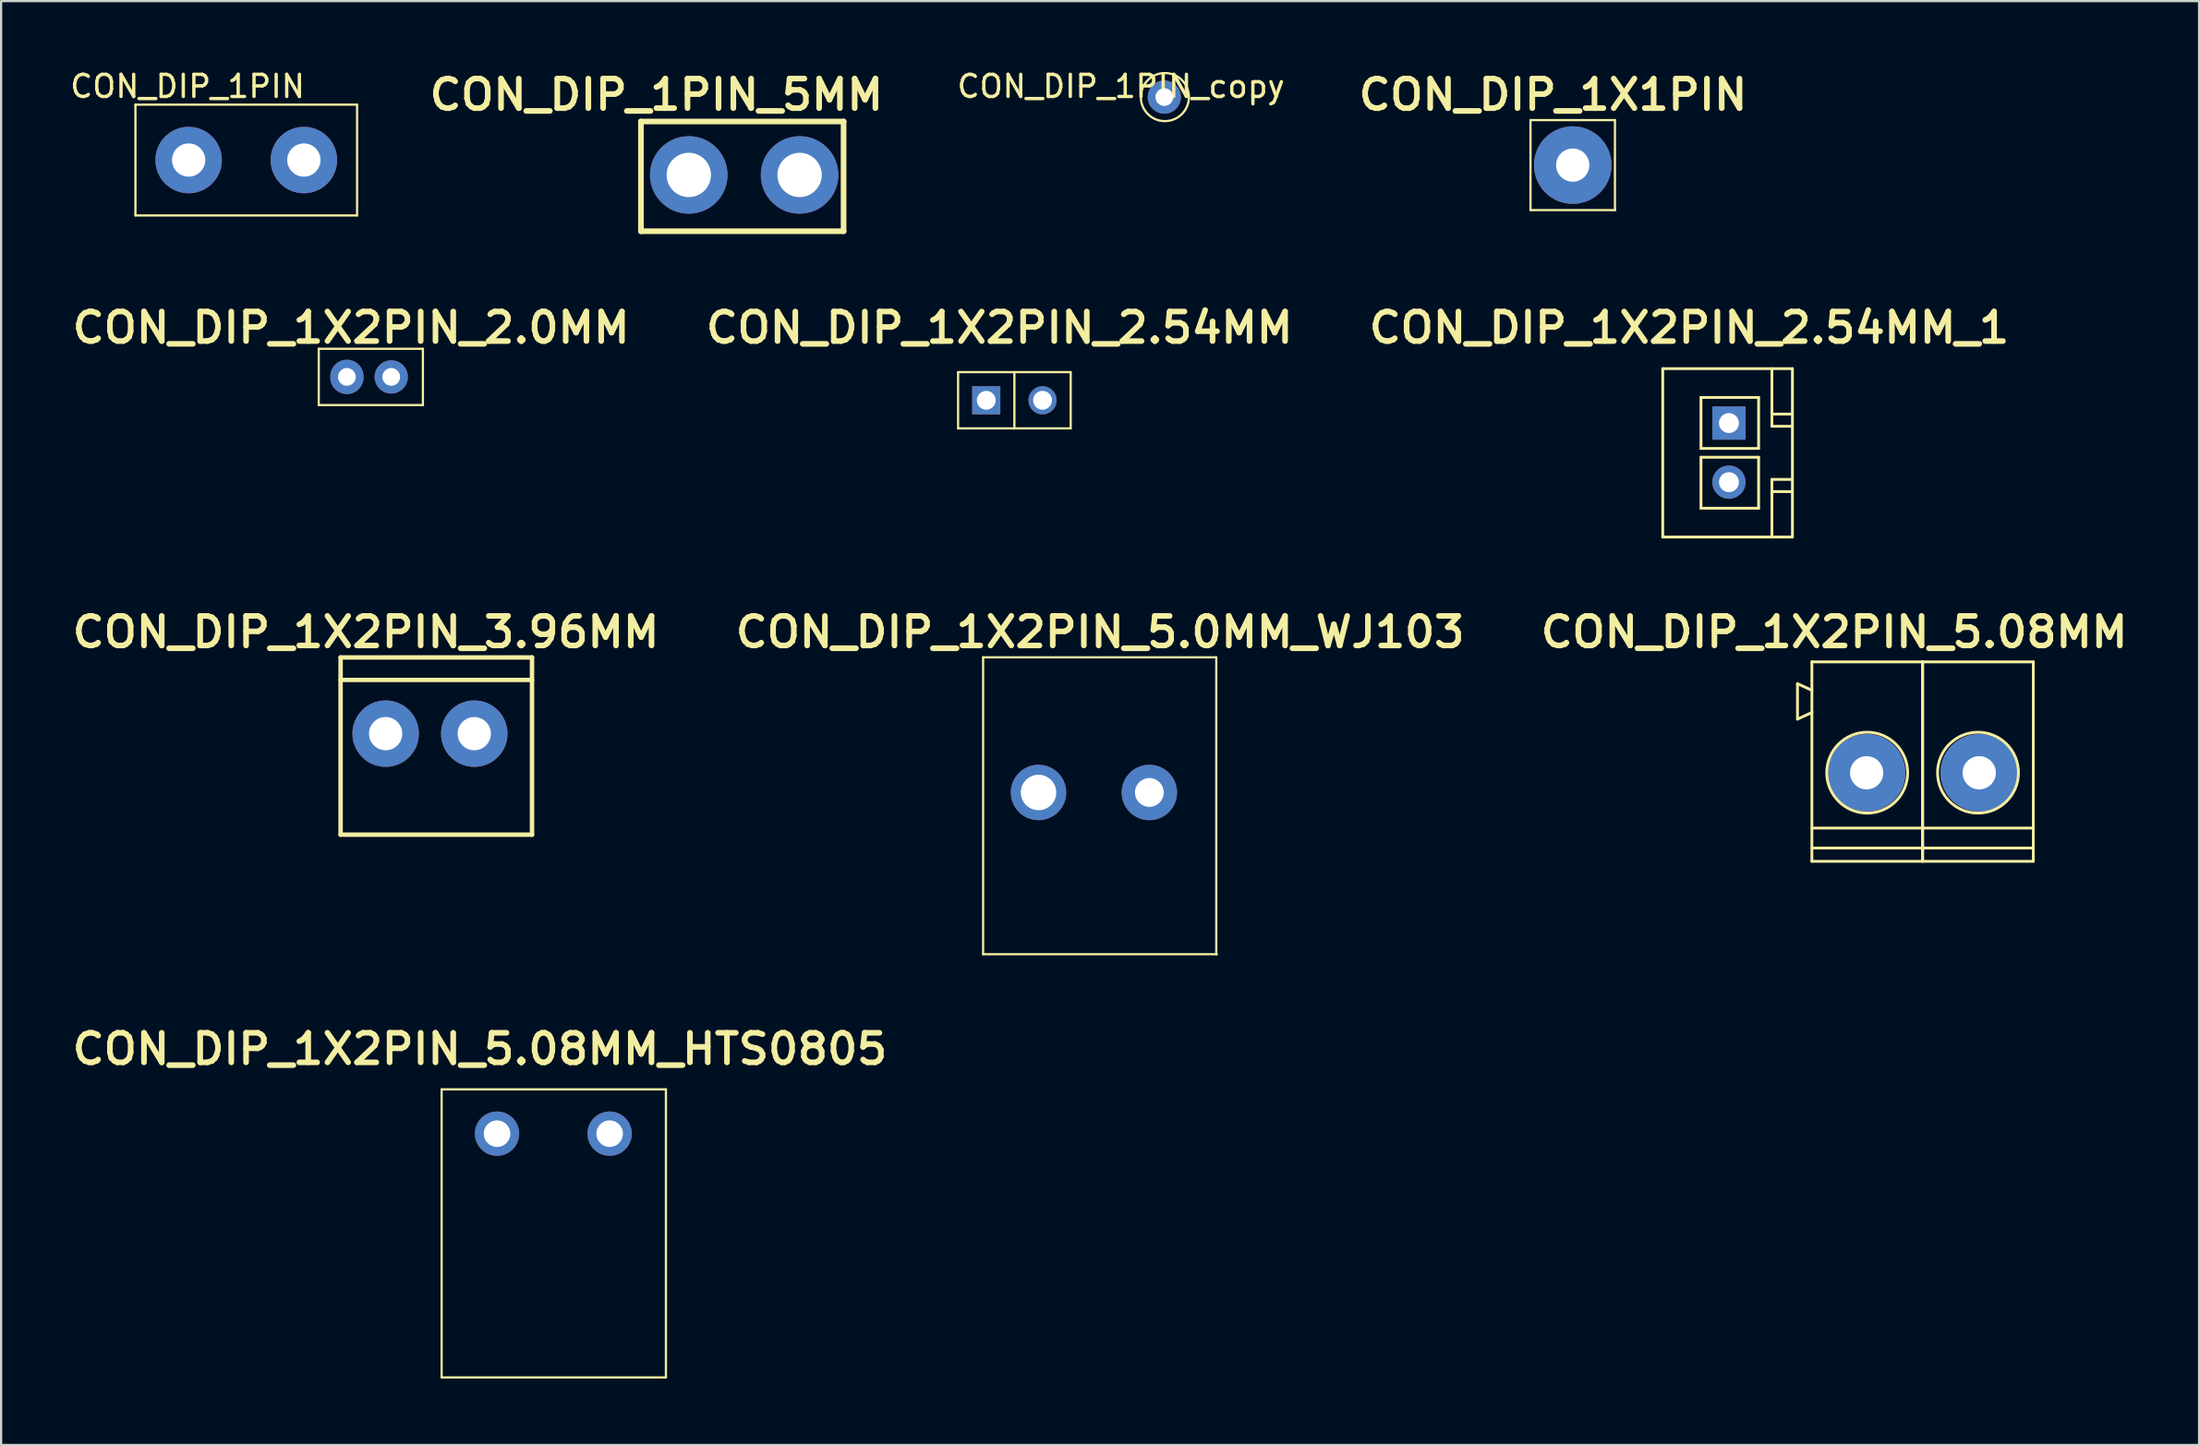
<source format=kicad_pcb>
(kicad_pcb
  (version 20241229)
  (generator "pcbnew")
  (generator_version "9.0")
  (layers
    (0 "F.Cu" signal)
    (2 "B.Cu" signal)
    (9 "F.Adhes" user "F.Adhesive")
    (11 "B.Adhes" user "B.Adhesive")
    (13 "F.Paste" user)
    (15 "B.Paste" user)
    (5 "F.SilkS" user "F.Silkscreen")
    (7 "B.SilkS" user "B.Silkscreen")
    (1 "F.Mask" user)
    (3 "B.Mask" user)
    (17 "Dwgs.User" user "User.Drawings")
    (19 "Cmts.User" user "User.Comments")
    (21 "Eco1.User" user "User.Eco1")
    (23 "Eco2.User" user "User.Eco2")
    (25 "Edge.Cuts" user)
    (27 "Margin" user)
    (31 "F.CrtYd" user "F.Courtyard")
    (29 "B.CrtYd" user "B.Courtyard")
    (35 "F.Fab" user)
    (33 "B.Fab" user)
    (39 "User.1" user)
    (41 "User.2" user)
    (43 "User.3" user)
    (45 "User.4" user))
  (footprint "CON_DIP_1X2PIN_2.54MM_1"
    (layer "F.Cu")
    (at 73.816 17.059)
    (property "Reference" "CON_DIP_1X2PIN_2.54MM_1" (at -0.648 -5.321 0) (unlocked yes) (layer "F.SilkS") (effects (font (size 1.333 1.402) (thickness 0.254))))
    (attr smd)
    (fp_line (start -1.843 -3.472) (end 4.007 -3.472) (stroke (width 0.127) (type solid)) (layer "F.SilkS"))
    (fp_line (start -1.843 4.128) (end -1.843 -3.472) (stroke (width 0.127) (type solid)) (layer "F.SilkS"))
    (fp_line (start -1.843 4.128) (end 4.007 4.128) (stroke (width 0.127) (type solid)) (layer "F.SilkS"))
    (fp_line (start -0.118 -2.172) (end 2.482 -2.172) (stroke (width 0.127) (type solid)) (layer "F.SilkS"))
    (fp_line (start -0.118 0.128) (end -0.118 -2.172) (stroke (width 0.127) (type solid)) (layer "F.SilkS"))
    (fp_line (start -0.118 0.128) (end 2.482 0.128) (stroke (width 0.127) (type solid)) (layer "F.SilkS"))
    (fp_line (start -0.118 0.528) (end 2.482 0.528) (stroke (width 0.127) (type solid)) (layer "F.SilkS"))
    (fp_line (start -0.118 2.828) (end -0.118 0.528) (stroke (width 0.127) (type solid)) (layer "F.SilkS"))
    (fp_line (start -0.118 2.828) (end 2.482 2.828) (stroke (width 0.127) (type solid)) (layer "F.SilkS"))
    (fp_line (start 2.482 0.128) (end 2.482 -2.172) (stroke (width 0.127) (type solid)) (layer "F.SilkS"))
    (fp_line (start 2.482 2.828) (end 2.482 0.528) (stroke (width 0.127) (type solid)) (layer "F.SilkS"))
    (fp_line (start 3.082 -1.422) (end 4.007 -1.422) (stroke (width 0.127) (type solid)) (layer "F.SilkS"))
    (fp_line (start 3.082 -0.872) (end 3.082 -3.472) (stroke (width 0.127) (type solid)) (layer "F.SilkS"))
    (fp_line (start 3.082 -0.872) (end 4.007 -0.872) (stroke (width 0.127) (type solid)) (layer "F.SilkS"))
    (fp_line (start 3.082 1.528) (end 4.007 1.528) (stroke (width 0.127) (type solid)) (layer "F.SilkS"))
    (fp_line (start 3.082 2.078) (end 4.007 2.078) (stroke (width 0.127) (type solid)) (layer "F.SilkS"))
    (fp_line (start 3.082 4.128) (end 3.082 1.528) (stroke (width 0.127) (type solid)) (layer "F.SilkS"))
    (fp_line (start 4.007 4.128) (end 4.007 -3.472) (stroke (width 0.127) (type solid)) (layer "F.SilkS"))
    (pad "1" thru_hole rect (at 1.143 -1.016 270) (size 1.5 1.5) (drill 0.9) (layers "*.Cu" "*.Mask"))
    (pad "2" thru_hole circle (at 1.143 1.651 270) (size 1.5 1.5) (drill 0.9) (layers "*.Cu" "*.Mask")))
  (footprint "CON_DIP_1X2PIN_2.54MM"
    (layer "F.Cu")
    (at 41.576 14.824)
    (property "Reference" "CON_DIP_1X2PIN_2.54MM" (at 0.47 -3.086 0) (unlocked yes) (layer "F.SilkS") (effects (font (size 1.333 1.402) (thickness 0.254))))
    (attr smd)
    (fp_line (start -1.397 1.46) (end -1.397 -1.079) (stroke (width 0.1) (type solid)) (layer "F.SilkS"))
    (fp_line (start 1.143 1.46) (end 1.143 -1.079) (stroke (width 0.1) (type solid)) (layer "F.SilkS"))
    (fp_line (start 3.683 -1.079) (end -1.397 -1.079) (stroke (width 0.1) (type solid)) (layer "F.SilkS"))
    (fp_line (start 3.683 1.46) (end -1.397 1.46) (stroke (width 0.1) (type solid)) (layer "F.SilkS"))
    (fp_line (start 3.683 1.46) (end 3.683 -1.079) (stroke (width 0.1) (type solid)) (layer "F.SilkS"))
    (pad "1" thru_hole rect (at -0.127 0.191) (size 1.27 1.27) (drill 0.85) (layers "*.Cu" "*.Mask"))
    (pad "2" thru_hole circle (at 2.413 0.191) (size 1.27 1.27) (drill 0.85) (layers "*.Cu" "*.Mask")))
  (footprint "CON_DIP_1X2PIN_5.08MM"
    (layer "F.Cu")
    (at 81.172 31.826)
    (property "Reference" "CON_DIP_1X2PIN_5.08MM" (at -1.46 -6.35 0) (unlocked yes) (layer "F.SilkS") (effects (font (size 1.333 1.402) (thickness 0.254))))
    (attr smd)
    (fp_line (start -3.12 -4.022) (end -2.47 -3.722) (stroke (width 0.127) (type solid)) (layer "F.SilkS"))
    (fp_line (start -3.12 -2.422) (end -3.12 -4.022) (stroke (width 0.127) (type solid)) (layer "F.SilkS"))
    (fp_line (start -3.12 -2.422) (end -2.47 -2.722) (stroke (width 0.127) (type solid)) (layer "F.SilkS"))
    (fp_line (start -2.47 -5.005) (end 2.52 -5.005) (stroke (width 0.127) (type solid)) (layer "F.SilkS"))
    (fp_line (start -2.47 2.495) (end 2.52 2.495) (stroke (width 0.127) (type solid)) (layer "F.SilkS"))
    (fp_line (start -2.47 3.395) (end 2.52 3.395) (stroke (width 0.127) (type solid)) (layer "F.SilkS"))
    (fp_line (start -2.47 3.995) (end -2.47 -5.005) (stroke (width 0.127) (type solid)) (layer "F.SilkS"))
    (fp_line (start -2.47 3.995) (end 2.52 3.995) (stroke (width 0.127) (type solid)) (layer "F.SilkS"))
    (fp_line (start 2.52 3.995) (end 2.52 -5.005) (stroke (width 0.127) (type solid)) (layer "F.SilkS"))
    (fp_line (start 2.53 -5.005) (end 7.52 -5.005) (stroke (width 0.127) (type solid)) (layer "F.SilkS"))
    (fp_line (start 2.53 2.495) (end 7.52 2.495) (stroke (width 0.127) (type solid)) (layer "F.SilkS"))
    (fp_line (start 2.53 3.395) (end 7.52 3.395) (stroke (width 0.127) (type solid)) (layer "F.SilkS"))
    (fp_line (start 2.53 3.995) (end 2.53 -5.005) (stroke (width 0.127) (type solid)) (layer "F.SilkS"))
    (fp_line (start 2.53 3.995) (end 7.52 3.995) (stroke (width 0.127) (type solid)) (layer "F.SilkS"))
    (fp_line (start 7.52 3.995) (end 7.52 -5.005) (stroke (width 0.127) (type solid)) (layer "F.SilkS"))
    (fp_circle (center 0.025 -0.005) (end 1.85 -0.005) (stroke (width 0.127) (type solid)) (fill no) (layer "F.SilkS"))
    (fp_circle (center 5.025 -0.005) (end 6.85 -0.005) (stroke (width 0.127) (type solid)) (fill no) (layer "F.SilkS"))
    (pad "1" thru_hole circle (at 0 0) (size 3.5 3.5) (drill 1.5) (layers "*.Cu" "*.Mask"))
    (pad "2" thru_hole circle (at 5.08 0) (size 3.5 3.5) (drill 1.5) (layers "*.Cu" "*.Mask")))
  (footprint "CON_DIP_1PIN_copy"
    (layer "F.Cu")
    (at 49.484 1.331)
    (property "Reference" "CON_DIP_1PIN_copy" (at -1.956 -0.483 0) (unlocked yes) (layer "F.SilkS") (effects (font (size 1 1) (thickness 0.15))))
    (attr smd)
    (fp_circle (center 0.025 0) (end 1.11 0) (stroke (width 0.1) (type solid)) (fill no) (layer "F.SilkS"))
    (pad "1" thru_hole circle (at 0 0) (size 1.5 1.5) (drill 0.8) (layers "*.Cu" "*.Mask")))
  (footprint "CON_DIP_1X2PIN_5.08MM_HTS0805"
    (layer "F.Cu")
    (at 19.376 48.113)
    (property "Reference" "CON_DIP_1X2PIN_5.08MM_HTS0805" (at -0.775 -3.823 0) (unlocked yes) (layer "F.SilkS") (effects (font (size 1.333 1.402) (thickness 0.254))))
    (attr smd)
    (fp_line (start -2.5 -2) (end 7.62 -2) (stroke (width 0.1) (type solid)) (layer "F.SilkS"))
    (fp_line (start -2.5 11) (end -2.5 -2) (stroke (width 0.1) (type solid)) (layer "F.SilkS"))
    (fp_line (start -2.5 11) (end 7.62 11) (stroke (width 0.1) (type solid)) (layer "F.SilkS"))
    (fp_line (start 7.62 11) (end 7.62 -2) (stroke (width 0.1) (type solid)) (layer "F.SilkS"))
    (pad "1" thru_hole circle (at 0 0) (size 2 2) (drill 1.2) (layers "*.Cu" "*.Mask"))
    (pad "2" thru_hole circle (at 5.08 0) (size 2 2) (drill 1.2) (layers "*.Cu" "*.Mask")))
  (footprint "CON_DIP_1PIN_5MM"
    (layer "F.Cu")
    (at 28.027 4.845)
    (property "Reference" "CON_DIP_1PIN_5MM" (at -1.46 -3.619 0) (unlocked yes) (layer "F.SilkS") (effects (font (size 1.333 1.402) (thickness 0.254))))
    (attr smd)
    (fp_line (start -2.159 -2.413) (end 6.985 -2.413) (stroke (width 0.254) (type solid)) (layer "F.SilkS"))
    (fp_line (start -2.159 2.54) (end -2.159 -2.413) (stroke (width 0.254) (type solid)) (layer "F.SilkS"))
    (fp_line (start -2.159 2.54) (end 6.985 2.54) (stroke (width 0.254) (type solid)) (layer "F.SilkS"))
    (fp_line (start 6.985 2.54) (end 6.985 -2.413) (stroke (width 0.254) (type solid)) (layer "F.SilkS"))
    (pad "1" thru_hole circle (at 0 0) (size 3.5 3.5) (drill 2) (layers "*.Cu" "*.Mask"))
    (pad "1" thru_hole circle (at 5 0) (size 3.5 3.5) (drill 2) (layers "*.Cu" "*.Mask")))
  (footprint "CON_DIP_1PIN"
    (layer "F.Cu")
    (at 5.461 4.173)
    (property "Reference" "CON_DIP_1PIN" (at -0.05 -3.325 0) (unlocked yes) (layer "F.SilkS") (effects (font (size 1 1) (thickness 0.15))))
    (attr smd)
    (fp_line (start -2.4 -2.5) (end 7.6 -2.5) (stroke (width 0.1) (type solid)) (layer "F.SilkS"))
    (fp_line (start -2.4 2.5) (end -2.4 -2.5) (stroke (width 0.1) (type solid)) (layer "F.SilkS"))
    (fp_line (start -2.4 2.5) (end 7.6 2.5) (stroke (width 0.1) (type solid)) (layer "F.SilkS"))
    (fp_line (start 7.6 2.5) (end 7.6 -2.5) (stroke (width 0.1) (type solid)) (layer "F.SilkS"))
    (pad "1" thru_hole circle (at 0 0) (size 3 3) (drill 1.5) (layers "*.Cu" "*.Mask"))
    (pad "1" thru_hole circle (at 5.2 0) (size 3 3) (drill 1.5) (layers "*.Cu" "*.Mask")))
  (footprint "CON_DIP_1X1PIN"
    (layer "F.Cu")
    (at 67.911 4.401)
    (property "Reference" "CON_DIP_1X1PIN" (at -0.889 -3.175 0) (unlocked yes) (layer "F.SilkS") (effects (font (size 1.333 1.402) (thickness 0.254))))
    (attr smd)
    (fp_line (start -1.905 -2.032) (end 1.905 -2.032) (stroke (width 0.1) (type solid)) (layer "F.SilkS"))
    (fp_line (start -1.905 2.032) (end -1.905 -2.032) (stroke (width 0.1) (type solid)) (layer "F.SilkS"))
    (fp_line (start -1.905 2.032) (end 1.905 2.032) (stroke (width 0.1) (type solid)) (layer "F.SilkS"))
    (fp_line (start 1.905 2.032) (end 1.905 -2.032) (stroke (width 0.1) (type solid)) (layer "F.SilkS"))
    (pad "1" thru_hole oval (at 0 0) (size 3.5 3.5) (drill 1.5) (layers "*.Cu" "*.Mask" "B.Adhes")))
  (footprint "CON_DIP_1X2PIN_2.0MM"
    (layer "F.Cu")
    (at 12.602 13.96)
    (property "Reference" "CON_DIP_1X2PIN_2.0MM" (at 0.191 -2.223 0) (unlocked yes) (layer "F.SilkS") (effects (font (size 1.333 1.402) (thickness 0.254))))
    (attr smd)
    (fp_line (start -1.27 -1.27) (end -1.27 1.27) (stroke (width 0.1) (type solid)) (layer "F.SilkS"))
    (fp_line (start -1.27 -1.27) (end 3.429 -1.27) (stroke (width 0.1) (type solid)) (layer "F.SilkS"))
    (fp_line (start -1.27 1.27) (end 3.429 1.27) (stroke (width 0.1) (type solid)) (layer "F.SilkS"))
    (fp_line (start 3.429 1.27) (end 3.429 -1.27) (stroke (width 0.1) (type solid)) (layer "F.SilkS"))
    (pad "1" thru_hole oval (at 0 0) (size 1.5 1.55) (drill 0.8) (layers "*.Cu" "*.Mask"))
    (pad "2" thru_hole circle (at 2 -0.00001) (size 1.5 1.5) (drill 0.8) (layers "*.Cu" "*.Mask")))
  (footprint "CON_DIP_1X2PIN_5.0MM_WJ103"
    (layer "F.Cu")
    (at 46.522 32.715)
    (property "Reference" "CON_DIP_1X2PIN_5.0MM_WJ103" (at 0.064 -7.239 0) (unlocked yes) (layer "F.SilkS") (effects (font (size 1.333 1.402) (thickness 0.254))))
    (attr smd)
    (fp_line (start -5.214 -6.1) (end 5.306 -6.1) (stroke (width 0.1) (type solid)) (layer "F.SilkS"))
    (fp_line (start -5.214 7.3) (end -5.214 -6.1) (stroke (width 0.1) (type solid)) (layer "F.SilkS"))
    (fp_line (start -5.214 7.3) (end 5.334 7.3) (stroke (width 0.1) (type solid)) (layer "F.SilkS"))
    (fp_line (start 5.306 7.3) (end 5.306 -6.1) (stroke (width 0.1) (type solid)) (layer "F.SilkS"))
    (pad "1" thru_hole circle (at -2.714 0) (size 2.5 2.5) (drill 1.6) (layers "*.Cu" "*.Mask"))
    (pad "2" thru_hole circle (at 2.286 0) (size 2.5 2.5) (drill 1.3) (layers "*.Cu" "*.Mask")))
  (footprint "CON_DIP_1X2PIN_3.96MM"
    (layer "F.Cu")
    (at 14.286 30.175)
    (property "Reference" "CON_DIP_1X2PIN_3.96MM" (at -0.826 -4.699 0) (unlocked yes) (layer "F.SilkS") (effects (font (size 1.333 1.402) (thickness 0.254))))
    (attr smd)
    (fp_line (start -1.968 -3.555) (end 6.668 -3.555) (stroke (width 0.2) (type solid)) (layer "F.SilkS"))
    (fp_line (start -1.968 -2.539) (end 6.668 -2.539) (stroke (width 0.2) (type solid)) (layer "F.SilkS"))
    (fp_line (start -1.968 4.445) (end -1.968 -3.555) (stroke (width 0.2) (type solid)) (layer "F.SilkS"))
    (fp_line (start -1.968 4.445) (end 6.668 4.445) (stroke (width 0.2) (type solid)) (layer "F.SilkS"))
    (fp_line (start 6.668 4.445) (end 6.668 -3.555) (stroke (width 0.2) (type solid)) (layer "F.SilkS"))
    (pad "1" thru_hole circle (at 0.064 -0.115 90) (size 3 3) (drill 1.5) (layers "*.Cu" "*.Mask"))
    (pad "2" thru_hole circle (at 4.063 -0.115 90) (size 3 3) (drill 1.5) (layers "*.Cu" "*.Mask")))
  (gr_rect
    (start -3 -3)
    (end 96.172 62.163)
    (stroke (width 0.1) (type default))
    (fill no)
    (layer "Edge.Cuts")))
</source>
